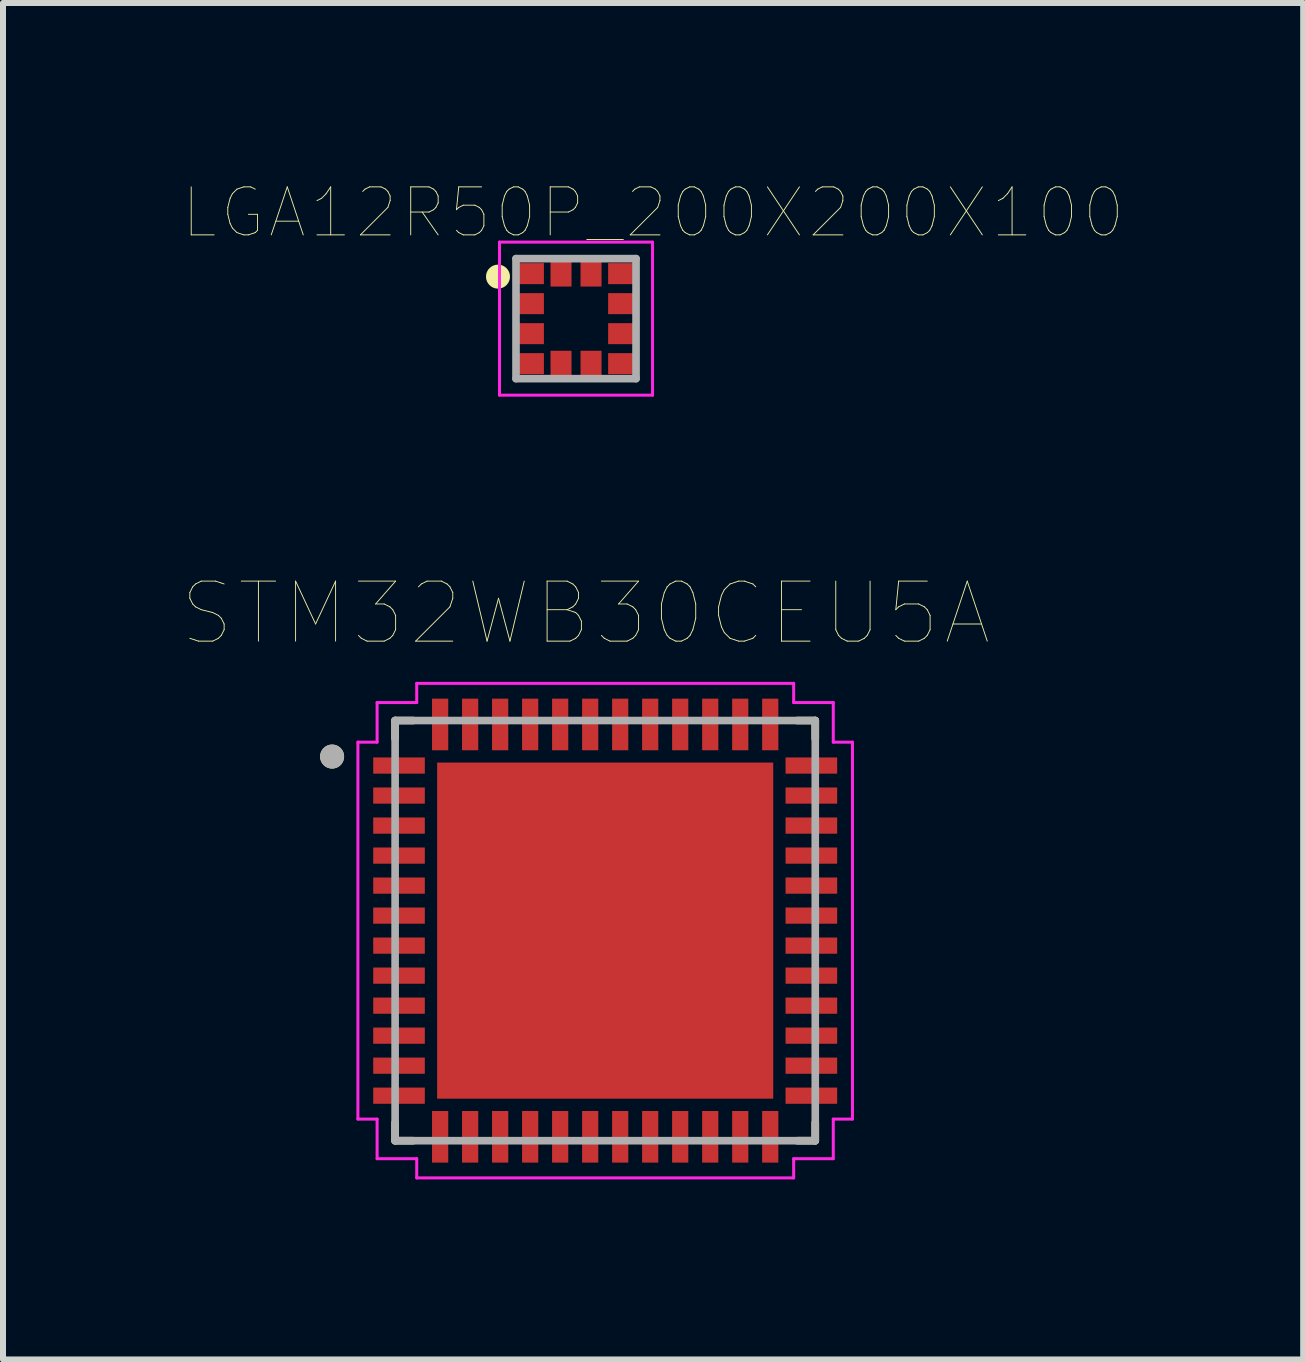
<source format=kicad_pcb>
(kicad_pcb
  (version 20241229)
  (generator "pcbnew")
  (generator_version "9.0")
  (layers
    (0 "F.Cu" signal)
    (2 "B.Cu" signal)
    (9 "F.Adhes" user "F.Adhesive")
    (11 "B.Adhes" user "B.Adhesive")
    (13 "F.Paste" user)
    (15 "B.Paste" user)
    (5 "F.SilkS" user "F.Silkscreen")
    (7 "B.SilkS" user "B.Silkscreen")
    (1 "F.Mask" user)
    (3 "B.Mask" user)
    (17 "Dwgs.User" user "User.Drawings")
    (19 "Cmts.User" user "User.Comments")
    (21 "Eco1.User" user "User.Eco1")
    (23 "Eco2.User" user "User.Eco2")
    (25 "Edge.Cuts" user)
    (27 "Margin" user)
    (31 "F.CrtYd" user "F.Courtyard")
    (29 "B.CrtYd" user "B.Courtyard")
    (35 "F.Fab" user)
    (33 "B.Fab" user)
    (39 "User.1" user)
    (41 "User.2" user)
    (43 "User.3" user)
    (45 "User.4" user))
  (footprint "STM32WB30CEU5A"
    (layer "F.Cu")
    (at 7.033 12.455)
    (property "Reference" "STM32WB30CEU5A" (at -0.325 -5.285 0) (layer "F.SilkS") (effects (font (size 1 1) (thickness 0.015))))
    (attr through_hole)
    (fp_line (start -3.5 -3.5) (end -3.5 -3.2) (stroke (width 0.127) (type solid)) (layer "F.SilkS"))
    (fp_line (start -3.5 3.2) (end -3.5 3.5) (stroke (width 0.127) (type solid)) (layer "F.SilkS"))
    (fp_line (start -3.5 3.5) (end -3.2 3.5) (stroke (width 0.127) (type solid)) (layer "F.SilkS"))
    (fp_line (start -3.2 -3.5) (end -3.5 -3.5) (stroke (width 0.127) (type solid)) (layer "F.SilkS"))
    (fp_line (start 3.2 3.5) (end 3.5 3.5) (stroke (width 0.127) (type solid)) (layer "F.SilkS"))
    (fp_line (start 3.5 -3.5) (end 3.2 -3.5) (stroke (width 0.127) (type solid)) (layer "F.SilkS"))
    (fp_line (start 3.5 -3.2) (end 3.5 -3.5) (stroke (width 0.127) (type solid)) (layer "F.SilkS"))
    (fp_line (start 3.5 3.5) (end 3.5 3.2) (stroke (width 0.127) (type solid)) (layer "F.SilkS"))
    (fp_circle (center -4.55 -2.9) (end -4.45 -2.9) (stroke (width 0.2) (type solid)) (fill no) (layer "F.SilkS"))
    (fp_poly (pts (xy -2.53 -2.53) (xy -1.21 -2.53) (xy -1.21 -1.21) (xy -2.53 -1.21)) (stroke (width 0.01) (type solid)) (fill yes) (layer "F.Paste"))
    (fp_poly (pts (xy -2.53 -0.66) (xy -1.21 -0.66) (xy -1.21 0.66) (xy -2.53 0.66)) (stroke (width 0.01) (type solid)) (fill yes) (layer "F.Paste"))
    (fp_poly (pts (xy -2.53 1.21) (xy -1.21 1.21) (xy -1.21 2.53) (xy -2.53 2.53)) (stroke (width 0.01) (type solid)) (fill yes) (layer "F.Paste"))
    (fp_poly (pts (xy -0.66 -2.53) (xy 0.66 -2.53) (xy 0.66 -1.21) (xy -0.66 -1.21)) (stroke (width 0.01) (type solid)) (fill yes) (layer "F.Paste"))
    (fp_poly (pts (xy -0.66 -0.66) (xy 0.66 -0.66) (xy 0.66 0.66) (xy -0.66 0.66)) (stroke (width 0.01) (type solid)) (fill yes) (layer "F.Paste"))
    (fp_poly (pts (xy -0.66 1.21) (xy 0.66 1.21) (xy 0.66 2.53) (xy -0.66 2.53)) (stroke (width 0.01) (type solid)) (fill yes) (layer "F.Paste"))
    (fp_poly (pts (xy 1.21 -2.53) (xy 2.53 -2.53) (xy 2.53 -1.21) (xy 1.21 -1.21)) (stroke (width 0.01) (type solid)) (fill yes) (layer "F.Paste"))
    (fp_poly (pts (xy 1.21 -0.66) (xy 2.53 -0.66) (xy 2.53 0.66) (xy 1.21 0.66)) (stroke (width 0.01) (type solid)) (fill yes) (layer "F.Paste"))
    (fp_poly (pts (xy 1.21 1.21) (xy 2.53 1.21) (xy 2.53 2.53) (xy 1.21 2.53)) (stroke (width 0.01) (type solid)) (fill yes) (layer "F.Paste"))
    (fp_line (start -4.12 -3.14) (end -3.8 -3.14) (stroke (width 0.05) (type solid)) (layer "F.CrtYd"))
    (fp_line (start -4.12 3.14) (end -4.12 -3.14) (stroke (width 0.05) (type solid)) (layer "F.CrtYd"))
    (fp_line (start -3.8 -3.8) (end -3.14 -3.8) (stroke (width 0.05) (type solid)) (layer "F.CrtYd"))
    (fp_line (start -3.8 -3.14) (end -3.8 -3.8) (stroke (width 0.05) (type solid)) (layer "F.CrtYd"))
    (fp_line (start -3.8 3.14) (end -4.12 3.14) (stroke (width 0.05) (type solid)) (layer "F.CrtYd"))
    (fp_line (start -3.8 3.8) (end -3.8 3.14) (stroke (width 0.05) (type solid)) (layer "F.CrtYd"))
    (fp_line (start -3.14 -4.12) (end 3.14 -4.12) (stroke (width 0.05) (type solid)) (layer "F.CrtYd"))
    (fp_line (start -3.14 -3.8) (end -3.14 -4.12) (stroke (width 0.05) (type solid)) (layer "F.CrtYd"))
    (fp_line (start -3.14 3.8) (end -3.8 3.8) (stroke (width 0.05) (type solid)) (layer "F.CrtYd"))
    (fp_line (start -3.14 4.12) (end -3.14 3.8) (stroke (width 0.05) (type solid)) (layer "F.CrtYd"))
    (fp_line (start 3.14 -4.12) (end 3.14 -3.8) (stroke (width 0.05) (type solid)) (layer "F.CrtYd"))
    (fp_line (start 3.14 -3.8) (end 3.8 -3.8) (stroke (width 0.05) (type solid)) (layer "F.CrtYd"))
    (fp_line (start 3.14 3.8) (end 3.14 4.12) (stroke (width 0.05) (type solid)) (layer "F.CrtYd"))
    (fp_line (start 3.14 4.12) (end -3.14 4.12) (stroke (width 0.05) (type solid)) (layer "F.CrtYd"))
    (fp_line (start 3.8 -3.8) (end 3.8 -3.14) (stroke (width 0.05) (type solid)) (layer "F.CrtYd"))
    (fp_line (start 3.8 -3.14) (end 4.12 -3.14) (stroke (width 0.05) (type solid)) (layer "F.CrtYd"))
    (fp_line (start 3.8 3.14) (end 3.8 3.8) (stroke (width 0.05) (type solid)) (layer "F.CrtYd"))
    (fp_line (start 3.8 3.8) (end 3.14 3.8) (stroke (width 0.05) (type solid)) (layer "F.CrtYd"))
    (fp_line (start 4.12 -3.14) (end 4.12 3.14) (stroke (width 0.05) (type solid)) (layer "F.CrtYd"))
    (fp_line (start 4.12 3.14) (end 3.8 3.14) (stroke (width 0.05) (type solid)) (layer "F.CrtYd"))
    (fp_line (start -3.5 -3.5) (end 3.5 -3.5) (stroke (width 0.127) (type solid)) (layer "F.Fab"))
    (fp_line (start -3.5 3.5) (end -3.5 -3.5) (stroke (width 0.127) (type solid)) (layer "F.Fab"))
    (fp_line (start 3.5 -3.5) (end 3.5 3.5) (stroke (width 0.127) (type solid)) (layer "F.Fab"))
    (fp_line (start 3.5 3.5) (end -3.5 3.5) (stroke (width 0.127) (type solid)) (layer "F.Fab"))
    (fp_circle (center -4.55 -2.9) (end -4.45 -2.9) (stroke (width 0.2) (type solid)) (fill no) (layer "F.Fab"))
    (pad "1" smd rect (at -3.435 -2.75) (size 0.86 0.27) (layers "F.Cu" "F.Mask" "F.Paste"))
    (pad "2" smd rect (at -3.435 -2.25) (size 0.86 0.27) (layers "F.Cu" "F.Mask" "F.Paste"))
    (pad "3" smd rect (at -3.435 -1.75) (size 0.86 0.27) (layers "F.Cu" "F.Mask" "F.Paste"))
    (pad "4" smd rect (at -3.435 -1.25) (size 0.86 0.27) (layers "F.Cu" "F.Mask" "F.Paste"))
    (pad "5" smd rect (at -3.435 -0.75) (size 0.86 0.27) (layers "F.Cu" "F.Mask" "F.Paste"))
    (pad "6" smd rect (at -3.435 -0.25) (size 0.86 0.27) (layers "F.Cu" "F.Mask" "F.Paste"))
    (pad "7" smd rect (at -3.435 0.25) (size 0.86 0.27) (layers "F.Cu" "F.Mask" "F.Paste"))
    (pad "8" smd rect (at -3.435 0.75) (size 0.86 0.27) (layers "F.Cu" "F.Mask" "F.Paste"))
    (pad "9" smd rect (at -3.435 1.25) (size 0.86 0.27) (layers "F.Cu" "F.Mask" "F.Paste"))
    (pad "10" smd rect (at -3.435 1.75) (size 0.86 0.27) (layers "F.Cu" "F.Mask" "F.Paste"))
    (pad "11" smd rect (at -3.435 2.25) (size 0.86 0.27) (layers "F.Cu" "F.Mask" "F.Paste"))
    (pad "12" smd rect (at -3.435 2.75) (size 0.86 0.27) (layers "F.Cu" "F.Mask" "F.Paste"))
    (pad "13" smd rect (at -2.75 3.435) (size 0.27 0.86) (layers "F.Cu" "F.Mask" "F.Paste"))
    (pad "14" smd rect (at -2.25 3.435) (size 0.27 0.86) (layers "F.Cu" "F.Mask" "F.Paste"))
    (pad "15" smd rect (at -1.75 3.435) (size 0.27 0.86) (layers "F.Cu" "F.Mask" "F.Paste"))
    (pad "16" smd rect (at -1.25 3.435) (size 0.27 0.86) (layers "F.Cu" "F.Mask" "F.Paste"))
    (pad "17" smd rect (at -0.75 3.435) (size 0.27 0.86) (layers "F.Cu" "F.Mask" "F.Paste"))
    (pad "18" smd rect (at -0.25 3.435) (size 0.27 0.86) (layers "F.Cu" "F.Mask" "F.Paste"))
    (pad "19" smd rect (at 0.25 3.435) (size 0.27 0.86) (layers "F.Cu" "F.Mask" "F.Paste"))
    (pad "20" smd rect (at 0.75 3.435) (size 0.27 0.86) (layers "F.Cu" "F.Mask" "F.Paste"))
    (pad "21" smd rect (at 1.25 3.435) (size 0.27 0.86) (layers "F.Cu" "F.Mask" "F.Paste"))
    (pad "22" smd rect (at 1.75 3.435) (size 0.27 0.86) (layers "F.Cu" "F.Mask" "F.Paste"))
    (pad "23" smd rect (at 2.25 3.435) (size 0.27 0.86) (layers "F.Cu" "F.Mask" "F.Paste"))
    (pad "24" smd rect (at 2.75 3.435) (size 0.27 0.86) (layers "F.Cu" "F.Mask" "F.Paste"))
    (pad "25" smd rect (at 3.435 2.75) (size 0.86 0.27) (layers "F.Cu" "F.Mask" "F.Paste"))
    (pad "26" smd rect (at 3.435 2.25) (size 0.86 0.27) (layers "F.Cu" "F.Mask" "F.Paste"))
    (pad "27" smd rect (at 3.435 1.75) (size 0.86 0.27) (layers "F.Cu" "F.Mask" "F.Paste"))
    (pad "28" smd rect (at 3.435 1.25) (size 0.86 0.27) (layers "F.Cu" "F.Mask" "F.Paste"))
    (pad "29" smd rect (at 3.435 0.75) (size 0.86 0.27) (layers "F.Cu" "F.Mask" "F.Paste"))
    (pad "30" smd rect (at 3.435 0.25) (size 0.86 0.27) (layers "F.Cu" "F.Mask" "F.Paste"))
    (pad "31" smd rect (at 3.435 -0.25) (size 0.86 0.27) (layers "F.Cu" "F.Mask" "F.Paste"))
    (pad "32" smd rect (at 3.435 -0.75) (size 0.86 0.27) (layers "F.Cu" "F.Mask" "F.Paste"))
    (pad "33" smd rect (at 3.435 -1.25) (size 0.86 0.27) (layers "F.Cu" "F.Mask" "F.Paste"))
    (pad "34" smd rect (at 3.435 -1.75) (size 0.86 0.27) (layers "F.Cu" "F.Mask" "F.Paste"))
    (pad "35" smd rect (at 3.435 -2.25) (size 0.86 0.27) (layers "F.Cu" "F.Mask" "F.Paste"))
    (pad "36" smd rect (at 3.435 -2.75) (size 0.86 0.27) (layers "F.Cu" "F.Mask" "F.Paste"))
    (pad "37" smd rect (at 2.75 -3.435) (size 0.27 0.86) (layers "F.Cu" "F.Mask" "F.Paste"))
    (pad "38" smd rect (at 2.25 -3.435) (size 0.27 0.86) (layers "F.Cu" "F.Mask" "F.Paste"))
    (pad "39" smd rect (at 1.75 -3.435) (size 0.27 0.86) (layers "F.Cu" "F.Mask" "F.Paste"))
    (pad "40" smd rect (at 1.25 -3.435) (size 0.27 0.86) (layers "F.Cu" "F.Mask" "F.Paste"))
    (pad "41" smd rect (at 0.75 -3.435) (size 0.27 0.86) (layers "F.Cu" "F.Mask" "F.Paste"))
    (pad "42" smd rect (at 0.25 -3.435) (size 0.27 0.86) (layers "F.Cu" "F.Mask" "F.Paste"))
    (pad "43" smd rect (at -0.25 -3.435) (size 0.27 0.86) (layers "F.Cu" "F.Mask" "F.Paste"))
    (pad "44" smd rect (at -0.75 -3.435) (size 0.27 0.86) (layers "F.Cu" "F.Mask" "F.Paste"))
    (pad "45" smd rect (at -1.25 -3.435) (size 0.27 0.86) (layers "F.Cu" "F.Mask" "F.Paste"))
    (pad "46" smd rect (at -1.75 -3.435) (size 0.27 0.86) (layers "F.Cu" "F.Mask" "F.Paste"))
    (pad "47" smd rect (at -2.25 -3.435) (size 0.27 0.86) (layers "F.Cu" "F.Mask" "F.Paste"))
    (pad "48" smd rect (at -2.75 -3.435) (size 0.27 0.86) (layers "F.Cu" "F.Mask" "F.Paste"))
    (pad "49" smd rect (at 0 0) (size 5.6 5.6) (layers "F.Cu" "F.Mask")))
  (footprint "LGA12R50P_200X200X100"
    (layer "F.Cu")
    (at 6.547 2.259)
    (property "Reference" "LGA12R50P_200X200X100" (at 1.284 -1.765 0) (layer "F.SilkS") (effects (font (size 0.8 0.8) (thickness 0.015))))
    (attr through_hole)
    (fp_poly (pts (xy -1.026 -0.46) (xy -0.5 -0.46) (xy -0.5 -0.04) (xy -1.026 -0.04)) (stroke (width 0.01) (type solid)) (fill yes) (layer "F.Mask"))
    (fp_poly (pts (xy -1.024 0.04) (xy -0.5 0.04) (xy -0.5 0.462) (xy -1.024 0.462)) (stroke (width 0.01) (type solid)) (fill yes) (layer "F.Mask"))
    (fp_poly (pts (xy -1.024 -0.96) (xy -0.5 -0.96) (xy -0.5 -0.542) (xy -1.024 -0.542)) (stroke (width 0.01) (type solid)) (fill yes) (layer "F.Mask"))
    (fp_poly (pts (xy -1.024 0.54) (xy -0.5 0.54) (xy -0.5 0.963) (xy -1.024 0.963)) (stroke (width 0.01) (type solid)) (fill yes) (layer "F.Mask"))
    (fp_poly (pts (xy -0.462 0.5) (xy -0.04 0.5) (xy -0.04 1.024) (xy -0.462 1.024)) (stroke (width 0.01) (type solid)) (fill yes) (layer "F.Mask"))
    (fp_poly (pts (xy -0.462 -1.02) (xy -0.04 -1.02) (xy -0.04 -0.502) (xy -0.462 -0.502)) (stroke (width 0.01) (type solid)) (fill yes) (layer "F.Mask"))
    (fp_poly (pts (xy 0.04 -1.02) (xy 0.46 -1.02) (xy 0.46 -0.501) (xy 0.04 -0.501)) (stroke (width 0.01) (type solid)) (fill yes) (layer "F.Mask"))
    (fp_poly (pts (xy 0.04 0.5) (xy 0.46 0.5) (xy 0.46 1.026) (xy 0.04 1.026)) (stroke (width 0.01) (type solid)) (fill yes) (layer "F.Mask"))
    (fp_poly (pts (xy 0.506 0.04) (xy 1.025 0.04) (xy 1.025 0.461) (xy 0.506 0.461)) (stroke (width 0.01) (type solid)) (fill yes) (layer "F.Mask"))
    (fp_poly (pts (xy 0.506 -0.46) (xy 1.025 -0.46) (xy 1.025 -0.04) (xy 0.506 -0.04)) (stroke (width 0.01) (type solid)) (fill yes) (layer "F.Mask"))
    (fp_poly (pts (xy 0.508 -0.96) (xy 1.025 -0.96) (xy 1.025 -0.543) (xy 0.508 -0.543)) (stroke (width 0.01) (type solid)) (fill yes) (layer "F.Mask"))
    (fp_poly (pts (xy 0.508 0.54) (xy 1.025 0.54) (xy 1.025 0.966) (xy 0.508 0.966)) (stroke (width 0.01) (type solid)) (fill yes) (layer "F.Mask"))
    (fp_circle (center -1.3 -0.7) (end -1.2 -0.7) (stroke (width 0.2) (type solid)) (fill no) (layer "F.SilkS"))
    (fp_line (start -1.275 -1.275) (end 1.275 -1.275) (stroke (width 0.05) (type solid)) (layer "F.CrtYd"))
    (fp_line (start -1.275 1.275) (end -1.275 -1.275) (stroke (width 0.05) (type solid)) (layer "F.CrtYd"))
    (fp_line (start 1.275 -1.275) (end 1.275 1.275) (stroke (width 0.05) (type solid)) (layer "F.CrtYd"))
    (fp_line (start 1.275 1.275) (end -1.275 1.275) (stroke (width 0.05) (type solid)) (layer "F.CrtYd"))
    (fp_line (start -1 -1) (end 1 -1) (stroke (width 0.127) (type solid)) (layer "F.Fab"))
    (fp_line (start -1 1) (end -1 -1) (stroke (width 0.127) (type solid)) (layer "F.Fab"))
    (fp_line (start 1 1) (end -1 1) (stroke (width 0.127) (type solid)) (layer "F.Fab"))
    (fp_line (start 1 1) (end 1 -1) (stroke (width 0.127) (type solid)) (layer "F.Fab"))
    (pad "1" smd rect (at -0.76 -0.75) (size 0.45 0.35) (layers "F.Cu" "F.Paste"))
    (pad "2" smd rect (at -0.76 -0.25) (size 0.45 0.35) (layers "F.Cu" "F.Paste"))
    (pad "3" smd rect (at -0.76 0.25) (size 0.45 0.35) (layers "F.Cu" "F.Paste"))
    (pad "4" smd rect (at -0.76 0.75) (size 0.45 0.35) (layers "F.Cu" "F.Paste"))
    (pad "5" smd rect (at -0.25 0.76) (size 0.35 0.45) (layers "F.Cu" "F.Paste"))
    (pad "6" smd rect (at 0.25 0.76) (size 0.35 0.45) (layers "F.Cu" "F.Paste"))
    (pad "7" smd rect (at 0.76 0.75) (size 0.45 0.35) (layers "F.Cu" "F.Paste"))
    (pad "8" smd rect (at 0.76 0.25) (size 0.45 0.35) (layers "F.Cu" "F.Paste"))
    (pad "9" smd rect (at 0.76 -0.25) (size 0.45 0.35) (layers "F.Cu" "F.Paste"))
    (pad "10" smd rect (at 0.76 -0.75) (size 0.45 0.35) (layers "F.Cu" "F.Paste"))
    (pad "11" smd rect (at 0.25 -0.76) (size 0.35 0.45) (layers "F.Cu" "F.Paste"))
    (pad "12" smd rect (at -0.25 -0.76) (size 0.35 0.45) (layers "F.Cu" "F.Paste")))
  (gr_rect
    (start -3 -3)
    (end 18.662 19.6)
    (stroke (width 0.1) (type default))
    (fill no)
    (layer "Edge.Cuts")))
</source>
